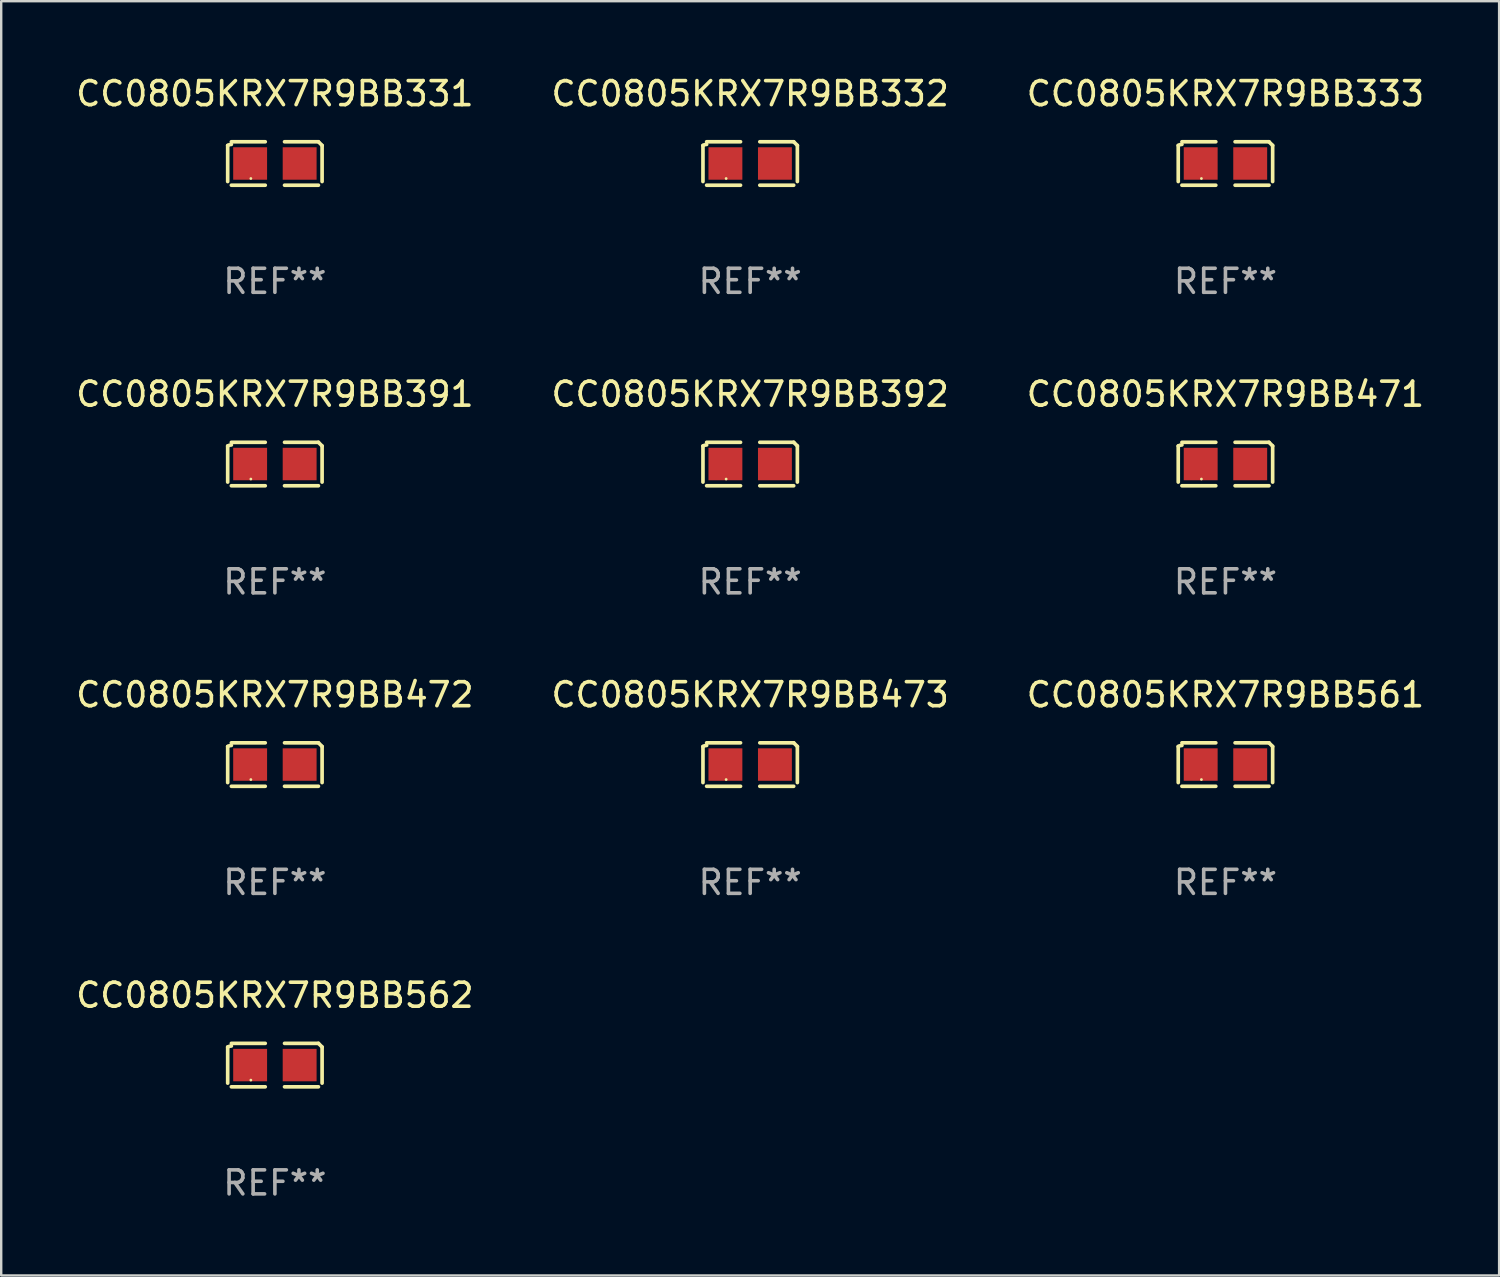
<source format=kicad_pcb>
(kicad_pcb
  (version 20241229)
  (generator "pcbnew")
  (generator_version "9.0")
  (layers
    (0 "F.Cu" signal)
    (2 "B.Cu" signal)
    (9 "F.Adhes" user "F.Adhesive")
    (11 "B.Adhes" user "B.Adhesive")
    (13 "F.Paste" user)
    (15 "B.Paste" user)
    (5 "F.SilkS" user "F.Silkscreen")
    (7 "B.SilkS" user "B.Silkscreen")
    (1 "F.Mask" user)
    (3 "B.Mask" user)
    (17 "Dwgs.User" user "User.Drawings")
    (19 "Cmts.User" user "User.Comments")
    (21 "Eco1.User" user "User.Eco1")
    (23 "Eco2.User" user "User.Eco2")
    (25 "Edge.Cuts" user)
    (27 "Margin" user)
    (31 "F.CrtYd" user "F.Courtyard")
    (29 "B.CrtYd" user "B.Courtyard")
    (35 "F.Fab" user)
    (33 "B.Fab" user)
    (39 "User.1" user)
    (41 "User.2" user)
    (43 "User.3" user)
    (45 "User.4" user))
  (footprint "CC0805KRX7R9BB391"
    (layer "F.Cu")
    (at 8.387 16.256)
    (property "Reference" "CC0805KRX7R9BB391" (at 0 -2.904 0) (layer "F.SilkS") (effects (font (size 1 1) (thickness 0.15))))
    (attr through_hole)
    (fp_line (start -1.964 0.751) (end -1.964 -0.751) (stroke (width 0.152) (type solid)) (layer "F.SilkS"))
    (fp_line (start -1.811 -0.904) (end -0.401 -0.904) (stroke (width 0.152) (type solid)) (layer "F.SilkS"))
    (fp_line (start -0.401 0.904) (end -1.811 0.904) (stroke (width 0.152) (type solid)) (layer "F.SilkS"))
    (fp_line (start 0.401 0.904) (end 1.811 0.904) (stroke (width 0.152) (type solid)) (layer "F.SilkS"))
    (fp_line (start 1.811 -0.904) (end 0.401 -0.904) (stroke (width 0.152) (type solid)) (layer "F.SilkS"))
    (fp_line (start 1.964 0.751) (end 1.964 -0.751) (stroke (width 0.152) (type solid)) (layer "F.SilkS"))
    (fp_arc (start -1.963602 -0.751207) (mid -1.890354 -0.783131) (end -1.811201 -0.794044) (stroke (width 0.1524) (type solid)) (layer "F.SilkS"))
    (fp_arc (start 1.811202 -0.903607) (mid 1.887413 -0.827418) (end 1.963602 -0.751207) (stroke (width 0.1524) (type solid)) (layer "F.SilkS"))
    (fp_circle (center -1 0.625) (end -0.97 0.625) (stroke (width 0.06) (type solid)) (fill no) (layer "F.SilkS"))
    (fp_text user "REF**" (at 0 4.904 0) (layer "F.Fab") (effects (font (size 1 1) (thickness 0.15))))
    (pad "1" smd rect (at -1.03 0) (size 1.41 1.35) (layers "F.Cu" "F.Mask" "F.Paste"))
    (pad "2" smd rect (at 1.03 0) (size 1.41 1.35) (layers "F.Cu" "F.Mask" "F.Paste")))
  (footprint "CC0805KRX7R9BB472"
    (layer "F.Cu")
    (at 8.387 28.759)
    (property "Reference" "CC0805KRX7R9BB472" (at 0 -2.904 0) (layer "F.SilkS") (effects (font (size 1 1) (thickness 0.15))))
    (attr through_hole)
    (fp_line (start -1.964 0.751) (end -1.964 -0.751) (stroke (width 0.152) (type solid)) (layer "F.SilkS"))
    (fp_line (start -1.811 -0.904) (end -0.401 -0.904) (stroke (width 0.152) (type solid)) (layer "F.SilkS"))
    (fp_line (start -0.401 0.904) (end -1.811 0.904) (stroke (width 0.152) (type solid)) (layer "F.SilkS"))
    (fp_line (start 0.401 0.904) (end 1.811 0.904) (stroke (width 0.152) (type solid)) (layer "F.SilkS"))
    (fp_line (start 1.811 -0.904) (end 0.401 -0.904) (stroke (width 0.152) (type solid)) (layer "F.SilkS"))
    (fp_line (start 1.964 0.751) (end 1.964 -0.751) (stroke (width 0.152) (type solid)) (layer "F.SilkS"))
    (fp_arc (start -1.963602 -0.751207) (mid -1.890354 -0.783131) (end -1.811201 -0.794044) (stroke (width 0.1524) (type solid)) (layer "F.SilkS"))
    (fp_arc (start 1.811202 -0.903607) (mid 1.887413 -0.827418) (end 1.963602 -0.751207) (stroke (width 0.1524) (type solid)) (layer "F.SilkS"))
    (fp_circle (center -1 0.625) (end -0.97 0.625) (stroke (width 0.06) (type solid)) (fill no) (layer "F.SilkS"))
    (fp_text user "REF**" (at 0 4.904 0) (layer "F.Fab") (effects (font (size 1 1) (thickness 0.15))))
    (pad "1" smd rect (at -1.03 0) (size 1.41 1.35) (layers "F.Cu" "F.Mask" "F.Paste"))
    (pad "2" smd rect (at 1.03 0) (size 1.41 1.35) (layers "F.Cu" "F.Mask" "F.Paste")))
  (footprint "CC0805KRX7R9BB562"
    (layer "F.Cu")
    (at 8.387 41.263)
    (property "Reference" "CC0805KRX7R9BB562" (at 0 -2.904 0) (layer "F.SilkS") (effects (font (size 1 1) (thickness 0.15))))
    (attr through_hole)
    (fp_line (start -1.964 0.751) (end -1.964 -0.751) (stroke (width 0.152) (type solid)) (layer "F.SilkS"))
    (fp_line (start -1.811 -0.904) (end -0.401 -0.904) (stroke (width 0.152) (type solid)) (layer "F.SilkS"))
    (fp_line (start -0.401 0.904) (end -1.811 0.904) (stroke (width 0.152) (type solid)) (layer "F.SilkS"))
    (fp_line (start 0.401 0.904) (end 1.811 0.904) (stroke (width 0.152) (type solid)) (layer "F.SilkS"))
    (fp_line (start 1.811 -0.904) (end 0.401 -0.904) (stroke (width 0.152) (type solid)) (layer "F.SilkS"))
    (fp_line (start 1.964 0.751) (end 1.964 -0.751) (stroke (width 0.152) (type solid)) (layer "F.SilkS"))
    (fp_arc (start -1.963602 -0.751207) (mid -1.890354 -0.783131) (end -1.811201 -0.794044) (stroke (width 0.1524) (type solid)) (layer "F.SilkS"))
    (fp_arc (start 1.811202 -0.903607) (mid 1.887413 -0.827418) (end 1.963602 -0.751207) (stroke (width 0.1524) (type solid)) (layer "F.SilkS"))
    (fp_circle (center -1 0.625) (end -0.97 0.625) (stroke (width 0.06) (type solid)) (fill no) (layer "F.SilkS"))
    (fp_text user "REF**" (at 0 4.904 0) (layer "F.Fab") (effects (font (size 1 1) (thickness 0.15))))
    (pad "1" smd rect (at -1.03 0) (size 1.41 1.35) (layers "F.Cu" "F.Mask" "F.Paste"))
    (pad "2" smd rect (at 1.03 0) (size 1.41 1.35) (layers "F.Cu" "F.Mask" "F.Paste")))
  (footprint "CC0805KRX7R9BB333"
    (layer "F.Cu")
    (at 47.935 3.752)
    (property "Reference" "CC0805KRX7R9BB333" (at 0 -2.904 0) (layer "F.SilkS") (effects (font (size 1 1) (thickness 0.15))))
    (attr through_hole)
    (fp_line (start -1.964 0.751) (end -1.964 -0.751) (stroke (width 0.152) (type solid)) (layer "F.SilkS"))
    (fp_line (start -1.811 -0.904) (end -0.401 -0.904) (stroke (width 0.152) (type solid)) (layer "F.SilkS"))
    (fp_line (start -0.401 0.904) (end -1.811 0.904) (stroke (width 0.152) (type solid)) (layer "F.SilkS"))
    (fp_line (start 0.401 0.904) (end 1.811 0.904) (stroke (width 0.152) (type solid)) (layer "F.SilkS"))
    (fp_line (start 1.811 -0.904) (end 0.401 -0.904) (stroke (width 0.152) (type solid)) (layer "F.SilkS"))
    (fp_line (start 1.964 0.751) (end 1.964 -0.751) (stroke (width 0.152) (type solid)) (layer "F.SilkS"))
    (fp_arc (start -1.963602 -0.751207) (mid -1.890354 -0.783131) (end -1.811201 -0.794044) (stroke (width 0.1524) (type solid)) (layer "F.SilkS"))
    (fp_arc (start 1.811202 -0.903607) (mid 1.887413 -0.827418) (end 1.963602 -0.751207) (stroke (width 0.1524) (type solid)) (layer "F.SilkS"))
    (fp_circle (center -1 0.625) (end -0.97 0.625) (stroke (width 0.06) (type solid)) (fill no) (layer "F.SilkS"))
    (fp_text user "REF**" (at 0 4.904 0) (layer "F.Fab") (effects (font (size 1 1) (thickness 0.15))))
    (pad "1" smd rect (at -1.03 0) (size 1.41 1.35) (layers "F.Cu" "F.Mask" "F.Paste"))
    (pad "2" smd rect (at 1.03 0) (size 1.41 1.35) (layers "F.Cu" "F.Mask" "F.Paste")))
  (footprint "CC0805KRX7R9BB332"
    (layer "F.Cu")
    (at 28.161 3.752)
    (property "Reference" "CC0805KRX7R9BB332" (at 0 -2.904 0) (layer "F.SilkS") (effects (font (size 1 1) (thickness 0.15))))
    (attr through_hole)
    (fp_line (start -1.964 0.751) (end -1.964 -0.751) (stroke (width 0.152) (type solid)) (layer "F.SilkS"))
    (fp_line (start -1.811 -0.904) (end -0.401 -0.904) (stroke (width 0.152) (type solid)) (layer "F.SilkS"))
    (fp_line (start -0.401 0.904) (end -1.811 0.904) (stroke (width 0.152) (type solid)) (layer "F.SilkS"))
    (fp_line (start 0.401 0.904) (end 1.811 0.904) (stroke (width 0.152) (type solid)) (layer "F.SilkS"))
    (fp_line (start 1.811 -0.904) (end 0.401 -0.904) (stroke (width 0.152) (type solid)) (layer "F.SilkS"))
    (fp_line (start 1.964 0.751) (end 1.964 -0.751) (stroke (width 0.152) (type solid)) (layer "F.SilkS"))
    (fp_arc (start -1.963602 -0.751207) (mid -1.890354 -0.783131) (end -1.811201 -0.794044) (stroke (width 0.1524) (type solid)) (layer "F.SilkS"))
    (fp_arc (start 1.811202 -0.903607) (mid 1.887413 -0.827418) (end 1.963602 -0.751207) (stroke (width 0.1524) (type solid)) (layer "F.SilkS"))
    (fp_circle (center -1 0.625) (end -0.97 0.625) (stroke (width 0.06) (type solid)) (fill no) (layer "F.SilkS"))
    (fp_text user "REF**" (at 0 4.904 0) (layer "F.Fab") (effects (font (size 1 1) (thickness 0.15))))
    (pad "1" smd rect (at -1.03 0) (size 1.41 1.35) (layers "F.Cu" "F.Mask" "F.Paste"))
    (pad "2" smd rect (at 1.03 0) (size 1.41 1.35) (layers "F.Cu" "F.Mask" "F.Paste")))
  (footprint "CC0805KRX7R9BB561"
    (layer "F.Cu")
    (at 47.935 28.759)
    (property "Reference" "CC0805KRX7R9BB561" (at 0 -2.904 0) (layer "F.SilkS") (effects (font (size 1 1) (thickness 0.15))))
    (attr through_hole)
    (fp_line (start -1.964 0.751) (end -1.964 -0.751) (stroke (width 0.152) (type solid)) (layer "F.SilkS"))
    (fp_line (start -1.811 -0.904) (end -0.401 -0.904) (stroke (width 0.152) (type solid)) (layer "F.SilkS"))
    (fp_line (start -0.401 0.904) (end -1.811 0.904) (stroke (width 0.152) (type solid)) (layer "F.SilkS"))
    (fp_line (start 0.401 0.904) (end 1.811 0.904) (stroke (width 0.152) (type solid)) (layer "F.SilkS"))
    (fp_line (start 1.811 -0.904) (end 0.401 -0.904) (stroke (width 0.152) (type solid)) (layer "F.SilkS"))
    (fp_line (start 1.964 0.751) (end 1.964 -0.751) (stroke (width 0.152) (type solid)) (layer "F.SilkS"))
    (fp_arc (start -1.963602 -0.751207) (mid -1.890354 -0.783131) (end -1.811201 -0.794044) (stroke (width 0.1524) (type solid)) (layer "F.SilkS"))
    (fp_arc (start 1.811202 -0.903607) (mid 1.887413 -0.827418) (end 1.963602 -0.751207) (stroke (width 0.1524) (type solid)) (layer "F.SilkS"))
    (fp_circle (center -1 0.625) (end -0.97 0.625) (stroke (width 0.06) (type solid)) (fill no) (layer "F.SilkS"))
    (fp_text user "REF**" (at 0 4.904 0) (layer "F.Fab") (effects (font (size 1 1) (thickness 0.15))))
    (pad "1" smd rect (at -1.03 0) (size 1.41 1.35) (layers "F.Cu" "F.Mask" "F.Paste"))
    (pad "2" smd rect (at 1.03 0) (size 1.41 1.35) (layers "F.Cu" "F.Mask" "F.Paste")))
  (footprint "CC0805KRX7R9BB392"
    (layer "F.Cu")
    (at 28.161 16.256)
    (property "Reference" "CC0805KRX7R9BB392" (at 0 -2.904 0) (layer "F.SilkS") (effects (font (size 1 1) (thickness 0.15))))
    (attr through_hole)
    (fp_line (start -1.964 0.751) (end -1.964 -0.751) (stroke (width 0.152) (type solid)) (layer "F.SilkS"))
    (fp_line (start -1.811 -0.904) (end -0.401 -0.904) (stroke (width 0.152) (type solid)) (layer "F.SilkS"))
    (fp_line (start -0.401 0.904) (end -1.811 0.904) (stroke (width 0.152) (type solid)) (layer "F.SilkS"))
    (fp_line (start 0.401 0.904) (end 1.811 0.904) (stroke (width 0.152) (type solid)) (layer "F.SilkS"))
    (fp_line (start 1.811 -0.904) (end 0.401 -0.904) (stroke (width 0.152) (type solid)) (layer "F.SilkS"))
    (fp_line (start 1.964 0.751) (end 1.964 -0.751) (stroke (width 0.152) (type solid)) (layer "F.SilkS"))
    (fp_arc (start -1.963602 -0.751207) (mid -1.890354 -0.783131) (end -1.811201 -0.794044) (stroke (width 0.1524) (type solid)) (layer "F.SilkS"))
    (fp_arc (start 1.811202 -0.903607) (mid 1.887413 -0.827418) (end 1.963602 -0.751207) (stroke (width 0.1524) (type solid)) (layer "F.SilkS"))
    (fp_circle (center -1 0.625) (end -0.97 0.625) (stroke (width 0.06) (type solid)) (fill no) (layer "F.SilkS"))
    (fp_text user "REF**" (at 0 4.904 0) (layer "F.Fab") (effects (font (size 1 1) (thickness 0.15))))
    (pad "1" smd rect (at -1.03 0) (size 1.41 1.35) (layers "F.Cu" "F.Mask" "F.Paste"))
    (pad "2" smd rect (at 1.03 0) (size 1.41 1.35) (layers "F.Cu" "F.Mask" "F.Paste")))
  (footprint "CC0805KRX7R9BB473"
    (layer "F.Cu")
    (at 28.161 28.759)
    (property "Reference" "CC0805KRX7R9BB473" (at 0 -2.904 0) (layer "F.SilkS") (effects (font (size 1 1) (thickness 0.15))))
    (attr through_hole)
    (fp_line (start -1.964 0.751) (end -1.964 -0.751) (stroke (width 0.152) (type solid)) (layer "F.SilkS"))
    (fp_line (start -1.811 -0.904) (end -0.401 -0.904) (stroke (width 0.152) (type solid)) (layer "F.SilkS"))
    (fp_line (start -0.401 0.904) (end -1.811 0.904) (stroke (width 0.152) (type solid)) (layer "F.SilkS"))
    (fp_line (start 0.401 0.904) (end 1.811 0.904) (stroke (width 0.152) (type solid)) (layer "F.SilkS"))
    (fp_line (start 1.811 -0.904) (end 0.401 -0.904) (stroke (width 0.152) (type solid)) (layer "F.SilkS"))
    (fp_line (start 1.964 0.751) (end 1.964 -0.751) (stroke (width 0.152) (type solid)) (layer "F.SilkS"))
    (fp_arc (start -1.963602 -0.751207) (mid -1.890354 -0.783131) (end -1.811201 -0.794044) (stroke (width 0.1524) (type solid)) (layer "F.SilkS"))
    (fp_arc (start 1.811202 -0.903607) (mid 1.887413 -0.827418) (end 1.963602 -0.751207) (stroke (width 0.1524) (type solid)) (layer "F.SilkS"))
    (fp_circle (center -1 0.625) (end -0.97 0.625) (stroke (width 0.06) (type solid)) (fill no) (layer "F.SilkS"))
    (fp_text user "REF**" (at 0 4.904 0) (layer "F.Fab") (effects (font (size 1 1) (thickness 0.15))))
    (pad "1" smd rect (at -1.03 0) (size 1.41 1.35) (layers "F.Cu" "F.Mask" "F.Paste"))
    (pad "2" smd rect (at 1.03 0) (size 1.41 1.35) (layers "F.Cu" "F.Mask" "F.Paste")))
  (footprint "CC0805KRX7R9BB331"
    (layer "F.Cu")
    (at 8.387 3.752)
    (property "Reference" "CC0805KRX7R9BB331" (at 0 -2.904 0) (layer "F.SilkS") (effects (font (size 1 1) (thickness 0.15))))
    (attr through_hole)
    (fp_line (start -1.964 0.751) (end -1.964 -0.751) (stroke (width 0.152) (type solid)) (layer "F.SilkS"))
    (fp_line (start -1.811 -0.904) (end -0.401 -0.904) (stroke (width 0.152) (type solid)) (layer "F.SilkS"))
    (fp_line (start -0.401 0.904) (end -1.811 0.904) (stroke (width 0.152) (type solid)) (layer "F.SilkS"))
    (fp_line (start 0.401 0.904) (end 1.811 0.904) (stroke (width 0.152) (type solid)) (layer "F.SilkS"))
    (fp_line (start 1.811 -0.904) (end 0.401 -0.904) (stroke (width 0.152) (type solid)) (layer "F.SilkS"))
    (fp_line (start 1.964 0.751) (end 1.964 -0.751) (stroke (width 0.152) (type solid)) (layer "F.SilkS"))
    (fp_arc (start -1.963602 -0.751207) (mid -1.890354 -0.783131) (end -1.811201 -0.794044) (stroke (width 0.1524) (type solid)) (layer "F.SilkS"))
    (fp_arc (start 1.811202 -0.903607) (mid 1.887413 -0.827418) (end 1.963602 -0.751207) (stroke (width 0.1524) (type solid)) (layer "F.SilkS"))
    (fp_circle (center -1 0.625) (end -0.97 0.625) (stroke (width 0.06) (type solid)) (fill no) (layer "F.SilkS"))
    (fp_text user "REF**" (at 0 4.904 0) (layer "F.Fab") (effects (font (size 1 1) (thickness 0.15))))
    (pad "1" smd rect (at -1.03 0) (size 1.41 1.35) (layers "F.Cu" "F.Mask" "F.Paste"))
    (pad "2" smd rect (at 1.03 0) (size 1.41 1.35) (layers "F.Cu" "F.Mask" "F.Paste")))
  (footprint "CC0805KRX7R9BB471"
    (layer "F.Cu")
    (at 47.935 16.256)
    (property "Reference" "CC0805KRX7R9BB471" (at 0 -2.904 0) (layer "F.SilkS") (effects (font (size 1 1) (thickness 0.15))))
    (attr through_hole)
    (fp_line (start -1.964 0.751) (end -1.964 -0.751) (stroke (width 0.152) (type solid)) (layer "F.SilkS"))
    (fp_line (start -1.811 -0.904) (end -0.401 -0.904) (stroke (width 0.152) (type solid)) (layer "F.SilkS"))
    (fp_line (start -0.401 0.904) (end -1.811 0.904) (stroke (width 0.152) (type solid)) (layer "F.SilkS"))
    (fp_line (start 0.401 0.904) (end 1.811 0.904) (stroke (width 0.152) (type solid)) (layer "F.SilkS"))
    (fp_line (start 1.811 -0.904) (end 0.401 -0.904) (stroke (width 0.152) (type solid)) (layer "F.SilkS"))
    (fp_line (start 1.964 0.751) (end 1.964 -0.751) (stroke (width 0.152) (type solid)) (layer "F.SilkS"))
    (fp_arc (start -1.963602 -0.751207) (mid -1.890354 -0.783131) (end -1.811201 -0.794044) (stroke (width 0.1524) (type solid)) (layer "F.SilkS"))
    (fp_arc (start 1.811202 -0.903607) (mid 1.887413 -0.827418) (end 1.963602 -0.751207) (stroke (width 0.1524) (type solid)) (layer "F.SilkS"))
    (fp_circle (center -1 0.625) (end -0.97 0.625) (stroke (width 0.06) (type solid)) (fill no) (layer "F.SilkS"))
    (fp_text user "REF**" (at 0 4.904 0) (layer "F.Fab") (effects (font (size 1 1) (thickness 0.15))))
    (pad "1" smd rect (at -1.03 0) (size 1.41 1.35) (layers "F.Cu" "F.Mask" "F.Paste"))
    (pad "2" smd rect (at 1.03 0) (size 1.41 1.35) (layers "F.Cu" "F.Mask" "F.Paste")))
  (gr_rect
    (start -3 -3)
    (end 59.321 50.015)
    (stroke (width 0.1) (type default))
    (fill no)
    (layer "Edge.Cuts")))
</source>
